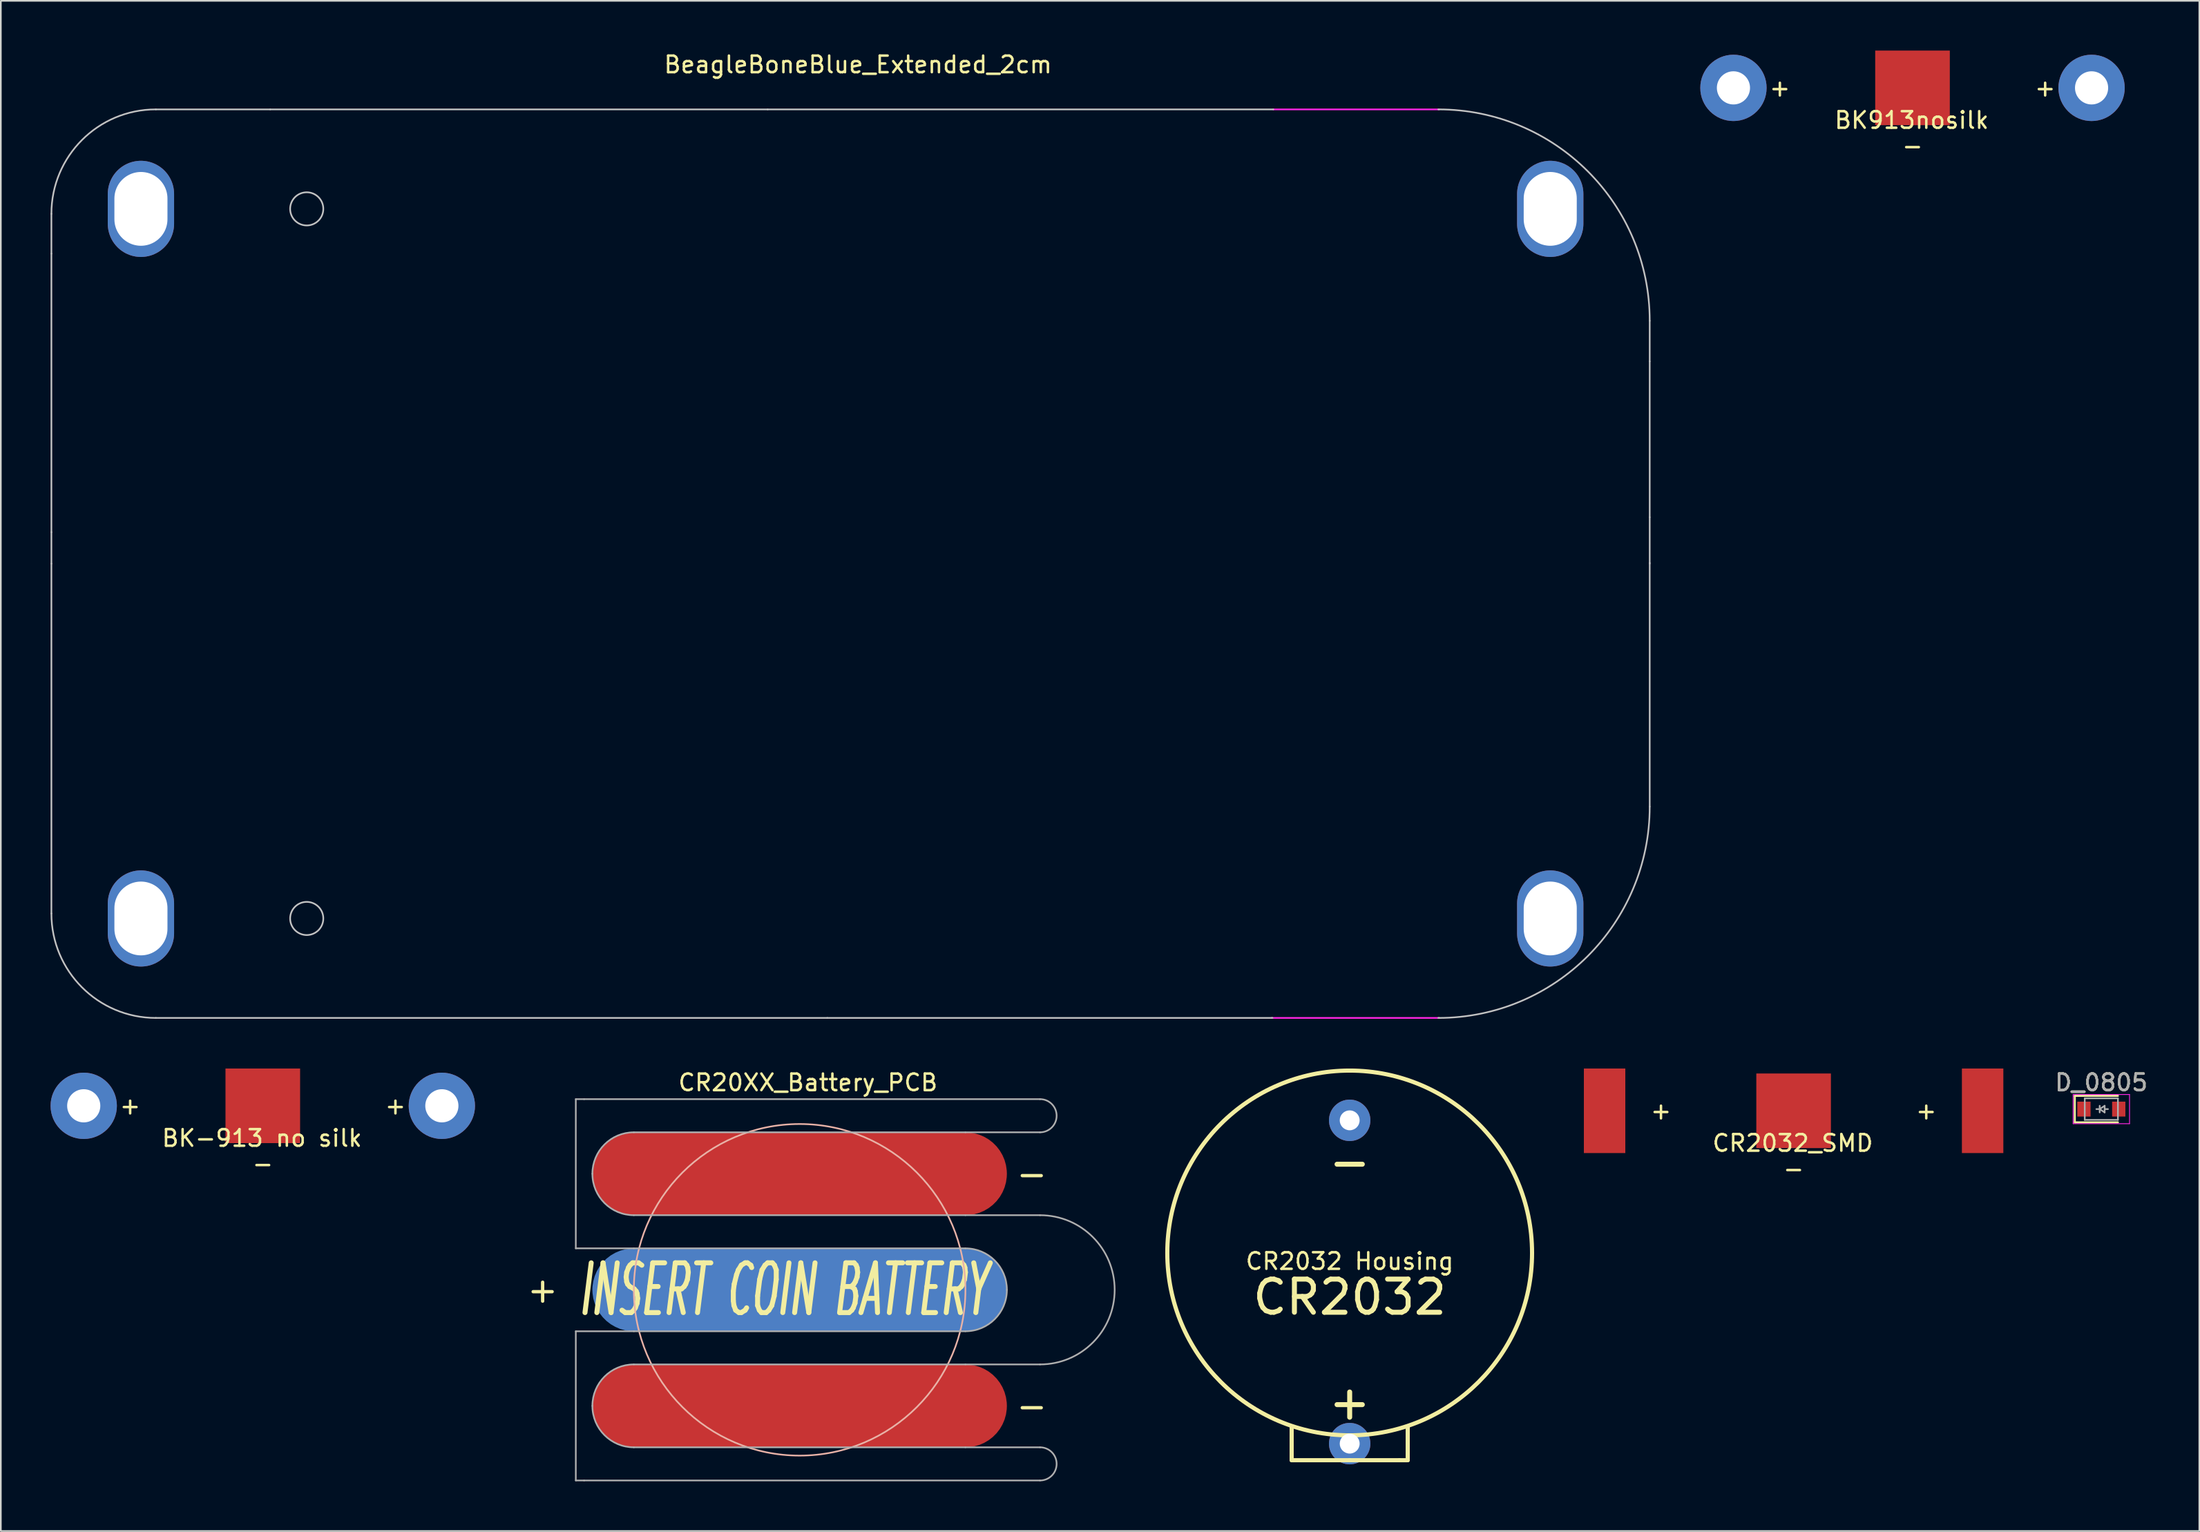
<source format=kicad_pcb>
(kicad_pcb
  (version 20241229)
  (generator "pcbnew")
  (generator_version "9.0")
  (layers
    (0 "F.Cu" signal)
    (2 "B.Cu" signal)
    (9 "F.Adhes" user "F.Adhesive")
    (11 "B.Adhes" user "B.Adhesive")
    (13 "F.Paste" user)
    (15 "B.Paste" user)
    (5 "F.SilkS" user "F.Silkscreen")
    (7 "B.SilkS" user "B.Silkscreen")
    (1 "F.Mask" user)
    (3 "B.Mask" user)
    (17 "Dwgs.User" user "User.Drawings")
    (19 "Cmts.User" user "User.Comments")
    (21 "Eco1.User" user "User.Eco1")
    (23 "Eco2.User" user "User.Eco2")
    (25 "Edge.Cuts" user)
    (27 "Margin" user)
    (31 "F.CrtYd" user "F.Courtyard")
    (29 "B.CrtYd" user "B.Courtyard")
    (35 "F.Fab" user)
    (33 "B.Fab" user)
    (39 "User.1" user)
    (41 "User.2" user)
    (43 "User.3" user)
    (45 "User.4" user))
  (footprint "CR2032_SMD"
    (layer "F.Cu")
    (at 105.129 63.948)
    (property "Reference" "CR2032_SMD" (at -0.05 1.95 0) (layer "F.SilkS") (effects (font (size 1 1) (thickness 0.15))))
    (attr through_hole)
    (fp_text user "-" (at 0 3.5 0) (layer "F.SilkS") (effects (font (size 1 1) (thickness 0.15))))
    (fp_text user "+" (at -8 0 0) (layer "F.SilkS") (effects (font (size 1 1) (thickness 0.15))))
    (fp_text user "+" (at 8 0 0) (layer "F.SilkS") (effects (font (size 1 1) (thickness 0.15))))
    (pad "1" smd rect (at 0 0) (size 4.5 4.5) (layers "F.Cu" "F.Mask" "F.Paste"))
    (pad "2" smd rect (at -11.4 0) (size 2.5 5.1) (layers "F.Cu" "F.Mask" "F.Paste"))
    (pad "2" smd rect (at 11.4 0) (size 2.5 5.1) (layers "F.Cu" "F.Mask" "F.Paste")))
  (footprint "D_0805"
    (layer "F.Cu")
    (at 123.689 63.846)
    (property "Reference" "D_0805" (at 0 -1.6 0) (layer "F.SilkS") (effects (font (size 1 1) (thickness 0.15))))
    (attr smd)
    (fp_line (start -1.6 -0.8) (end -1.6 0.8) (stroke (width 0.12) (type solid)) (layer "F.SilkS"))
    (fp_line (start -1.6 -0.8) (end 1 -0.8) (stroke (width 0.12) (type solid)) (layer "F.SilkS"))
    (fp_line (start -1.6 0.8) (end 1 0.8) (stroke (width 0.12) (type solid)) (layer "F.SilkS"))
    (fp_line (start -1.7 -0.88) (end 1.7 -0.88) (stroke (width 0.05) (type solid)) (layer "F.CrtYd"))
    (fp_line (start -1.7 0.88) (end -1.7 -0.88) (stroke (width 0.05) (type solid)) (layer "F.CrtYd"))
    (fp_line (start 1.7 -0.88) (end 1.7 0.88) (stroke (width 0.05) (type solid)) (layer "F.CrtYd"))
    (fp_line (start 1.7 0.88) (end -1.7 0.88) (stroke (width 0.05) (type solid)) (layer "F.CrtYd"))
    (fp_line (start -1 -0.65) (end 1 -0.65) (stroke (width 0.1) (type solid)) (layer "F.Fab"))
    (fp_line (start -1 0.65) (end -1 -0.65) (stroke (width 0.1) (type solid)) (layer "F.Fab"))
    (fp_line (start -0.1 -0.2) (end -0.1 0.2) (stroke (width 0.1) (type solid)) (layer "F.Fab"))
    (fp_line (start -0.1 0) (end -0.3 0) (stroke (width 0.1) (type solid)) (layer "F.Fab"))
    (fp_line (start -0.1 0) (end 0.2 0.2) (stroke (width 0.1) (type solid)) (layer "F.Fab"))
    (fp_line (start 0.2 -0.2) (end -0.1 0) (stroke (width 0.1) (type solid)) (layer "F.Fab"))
    (fp_line (start 0.2 0) (end 0.4 0) (stroke (width 0.1) (type solid)) (layer "F.Fab"))
    (fp_line (start 0.2 0.2) (end 0.2 -0.2) (stroke (width 0.1) (type solid)) (layer "F.Fab"))
    (fp_line (start 1 -0.65) (end 1 0.65) (stroke (width 0.1) (type solid)) (layer "F.Fab"))
    (fp_line (start 1 0.65) (end -1 0.65) (stroke (width 0.1) (type solid)) (layer "F.Fab"))
    (fp_text user "${REFERENCE}" (at 0 -1.6 0) (layer "F.Fab") (effects (font (size 1 1) (thickness 0.15))))
    (pad "1" smd rect (at -1.05 0) (size 0.8 0.9) (layers "F.Cu" "F.Mask" "F.Paste"))
    (pad "2" smd rect (at 1.05 0) (size 0.8 0.9) (layers "F.Cu" "F.Mask" "F.Paste")))
  (footprint "BK-913 no silk"
    (layer "F.Cu")
    (at 12.8 63.648)
    (property "Reference" "BK-913 no silk" (at -0.05 1.95 0) (layer "F.SilkS") (effects (font (size 1 1) (thickness 0.15))))
    (attr through_hole)
    (fp_text user "+" (at -8 0 0) (layer "F.SilkS") (effects (font (size 1 1) (thickness 0.15))))
    (fp_text user "-" (at 0 3.5 0) (layer "F.SilkS") (effects (font (size 1 1) (thickness 0.15))))
    (fp_text user "+" (at 8 0 0) (layer "F.SilkS") (effects (font (size 1 1) (thickness 0.15))))
    (pad "1" smd rect (at 0 0) (size 4.5 4.5) (layers "F.Cu" "F.Mask" "F.Paste"))
    (pad "2" thru_hole circle (at -10.8 0) (size 4 4) (drill 2) (layers "*.Cu" "*.Mask"))
    (pad "2" thru_hole circle (at 10.8 0) (size 4 4) (drill 2) (layers "*.Cu" "*.Mask")))
  (footprint "BeagleBoneBlue_Extended_2cm"
    (layer "F.Cu")
    (at 43.25 30.948)
    (property "Reference" "BeagleBoneBlue_Extended_2cm" (at 5.45 -30.1 0) (layer "F.SilkS") (effects (font (size 1 1) (thickness 0.15))))
    (attr through_hole)
    (fp_line (start -43.2 -18.7) (end -43.2 -21.1) (stroke (width 0.1) (type solid)) (layer "Dwgs.User"))
    (fp_line (start -43.2 -1.9) (end -43.2 -18.7) (stroke (width 0.1) (type solid)) (layer "Dwgs.User"))
    (fp_line (start -43.2 0) (end -43.2 -1.9) (stroke (width 0.1) (type solid)) (layer "Dwgs.User"))
    (fp_line (start -43.2 21.1) (end -43.2 0) (stroke (width 0.1) (type solid)) (layer "Dwgs.User"))
    (fp_line (start -36.9 -27.4) (end -30 -27.4) (stroke (width 0.1) (type solid)) (layer "Dwgs.User"))
    (fp_line (start -36.9 27.4) (end 3.6 27.4) (stroke (width 0.1) (type solid)) (layer "Dwgs.User"))
    (fp_line (start 0 -27.4) (end -30 -27.4) (stroke (width 0.1) (type solid)) (layer "Dwgs.User"))
    (fp_line (start 0 -27.4) (end 30.5 -27.4) (stroke (width 0.1) (type solid)) (layer "Dwgs.User"))
    (fp_line (start 30.45 27.4) (end 3.6 27.4) (stroke (width 0.1) (type solid)) (layer "Dwgs.User"))
    (fp_line (start 53.2 -12.2) (end 53.2 -14.65) (stroke (width 0.1) (type solid)) (layer "Dwgs.User"))
    (fp_line (start 53.2 -12.2) (end 53.2 -2.8) (stroke (width 0.1) (type solid)) (layer "Dwgs.User"))
    (fp_line (start 53.2 0) (end 53.2 -2.8) (stroke (width 0.1) (type solid)) (layer "Dwgs.User"))
    (fp_line (start 53.2 14.65) (end 53.2 -0.05) (stroke (width 0.1) (type solid)) (layer "Dwgs.User"))
    (fp_arc (start -43.2 -21.1) (mid -41.354773 -25.554773) (end -36.9 -27.4) (stroke (width 0.1) (type solid)) (layer "Dwgs.User"))
    (fp_arc (start -36.9 27.4) (mid -41.354773 25.554773) (end -43.2 21.1) (stroke (width 0.1) (type solid)) (layer "Dwgs.User"))
    (fp_arc (start 40.45 -27.4) (mid 49.465611 -23.665611) (end 53.2 -14.65) (stroke (width 0.1) (type solid)) (layer "Dwgs.User"))
    (fp_arc (start 53.2 14.65) (mid 49.465611 23.665611) (end 40.45 27.4) (stroke (width 0.1) (type solid)) (layer "Dwgs.User"))
    (fp_circle (center -27.8 -21.4) (end -26.8 -21.4) (stroke (width 0.1) (type solid)) (fill no) (layer "Dwgs.User"))
    (fp_circle (center -27.8 21.4) (end -26.8 21.4) (stroke (width 0.1) (type solid)) (fill no) (layer "Dwgs.User"))
    (fp_line (start 30.5 -27.4) (end 40.5 -27.4) (stroke (width 0.1) (type solid)) (layer "F.CrtYd"))
    (fp_line (start 40.5 27.4) (end 30.4 27.4) (stroke (width 0.1) (type solid)) (layer "F.CrtYd"))
    (pad "" np_thru_hole oval (at -37.8 -21.4) (size 4 5.8) (drill oval 3.2 4.45) (layers "*.Cu" "*.Mask"))
    (pad "" np_thru_hole oval (at -37.8 21.4) (size 4 5.8) (drill oval 3.2 4.45) (layers "*.Cu" "*.Mask"))
    (pad "" np_thru_hole oval (at 47.2 -21.4) (size 4 5.8) (drill oval 3.2 4.45) (layers "*.Cu" "*.Mask"))
    (pad "" np_thru_hole oval (at 47.2 21.4) (size 4 5.8) (drill oval 3.2 4.45) (layers "*.Cu" "*.Mask")))
  (footprint "CR20XX_Battery_PCB"
    (layer "F.Cu")
    (at 45.179 74.746)
    (property "Reference" "CR20XX_Battery_PCB" (at 0.5 -12.5 180) (layer "F.SilkS") (effects (font (size 1 1) (thickness 0.15))))
    (attr through_hole)
    (fp_circle (center 0 0) (end 10 0) (stroke (width 0.1) (type solid)) (fill no) (layer "B.SilkS"))
    (fp_line (start -13.5 -11.5) (end -13 -11.5) (stroke (width 0.1) (type solid)) (layer "F.Fab"))
    (fp_line (start -13.5 -2.5) (end -13.5 -11.5) (stroke (width 0.1) (type solid)) (layer "F.Fab"))
    (fp_line (start -13.5 2.5) (end -13.5 11.5) (stroke (width 0.1) (type solid)) (layer "F.Fab"))
    (fp_line (start -13.5 11.5) (end -13 11.5) (stroke (width 0.1) (type solid)) (layer "F.Fab"))
    (fp_line (start -10 -9.5) (end 10 -9.5) (stroke (width 0.1) (type solid)) (layer "F.Fab"))
    (fp_line (start -10 -4.5) (end 10 -4.5) (stroke (width 0.1) (type solid)) (layer "F.Fab"))
    (fp_line (start -10 -2.5) (end -13.5 -2.5) (stroke (width 0.1) (type solid)) (layer "F.Fab"))
    (fp_line (start -10 2.5) (end -13.5 2.5) (stroke (width 0.1) (type solid)) (layer "F.Fab"))
    (fp_line (start -10 4.5) (end 10 4.5) (stroke (width 0.1) (type solid)) (layer "F.Fab"))
    (fp_line (start -10 9.5) (end 10 9.5) (stroke (width 0.1) (type solid)) (layer "F.Fab"))
    (fp_line (start 10 -4.5) (end 14.5 -4.5) (stroke (width 0.1) (type solid)) (layer "F.Fab"))
    (fp_line (start 10 -2.5) (end -10 -2.5) (stroke (width 0.1) (type solid)) (layer "F.Fab"))
    (fp_line (start 10 2.5) (end -10 2.5) (stroke (width 0.1) (type solid)) (layer "F.Fab"))
    (fp_line (start 10 4.5) (end 14.5 4.5) (stroke (width 0.1) (type solid)) (layer "F.Fab"))
    (fp_line (start 14.5 -11.5) (end -13 -11.5) (stroke (width 0.1) (type solid)) (layer "F.Fab"))
    (fp_line (start 14.5 -9.5) (end 10 -9.5) (stroke (width 0.1) (type solid)) (layer "F.Fab"))
    (fp_line (start 14.5 9.5) (end 10 9.5) (stroke (width 0.1) (type solid)) (layer "F.Fab"))
    (fp_line (start 14.5 11.5) (end -13 11.5) (stroke (width 0.1) (type solid)) (layer "F.Fab"))
    (fp_arc (start -12.5 -7) (mid -11.767767 -8.767767) (end -10 -9.5) (stroke (width 0.1) (type solid)) (layer "F.Fab"))
    (fp_arc (start -12.5 7) (mid -11.767767 5.232233) (end -10 4.5) (stroke (width 0.1) (type solid)) (layer "F.Fab"))
    (fp_arc (start -10 -4.5) (mid -11.767767 -5.232233) (end -12.5 -7) (stroke (width 0.1) (type solid)) (layer "F.Fab"))
    (fp_arc (start -10 9.5) (mid -11.767767 8.767767) (end -12.5 7) (stroke (width 0.1) (type solid)) (layer "F.Fab"))
    (fp_arc (start 10 -2.5) (mid 11.767767 -1.767767) (end 12.5 0) (stroke (width 0.1) (type solid)) (layer "F.Fab"))
    (fp_arc (start 12.5 0) (mid 11.767767 1.767767) (end 10 2.5) (stroke (width 0.1) (type solid)) (layer "F.Fab"))
    (fp_arc (start 14.5 -11.5) (mid 15.5 -10.5) (end 14.5 -9.5) (stroke (width 0.1) (type solid)) (layer "F.Fab"))
    (fp_arc (start 14.5 -4.5) (mid 19 0) (end 14.5 4.5) (stroke (width 0.1) (type solid)) (layer "F.Fab"))
    (fp_arc (start 14.5 9.5) (mid 15.5 10.5) (end 14.5 11.5) (stroke (width 0.1) (type solid)) (layer "F.Fab"))
    (fp_text user "INSERT COIN BATTERY" (at -1 0 0) (layer "F.SilkS") (effects (font (size 3 1.5) (thickness 0.3) (italic yes))))
    (fp_text user "-" (at 14 7 0) (layer "F.SilkS") (effects (font (size 1.5 1.5) (thickness 0.2))))
    (fp_text user "+" (at -15.5 0 0) (layer "F.SilkS") (effects (font (size 1.5 1.5) (thickness 0.2))))
    (fp_text user "-" (at 14 -7 0) (layer "F.SilkS") (effects (font (size 1.5 1.5) (thickness 0.2))))
    (pad "1" smd roundrect (at 0 0) (size 25 5) (layers "B.Cu" "B.Mask") (roundrect_rratio 0.5))
    (pad "2" smd roundrect (at 0 -7) (size 25 5) (layers "F.Cu" "F.Mask") (roundrect_rratio 0.5))
    (pad "2" smd roundrect (at 0 7) (size 25 5) (layers "F.Cu" "F.Mask") (roundrect_rratio 0.5)))
  (footprint "CR2032 Housing"
    (layer "F.Cu")
    (at 78.354 72.523)
    (property "Reference" "CR2032 Housing" (at 0 0.5 0) (layer "F.SilkS") (effects (font (size 1 1) (thickness 0.15))))
    (attr through_hole)
    (fp_line (start -3.5 12.5) (end -3.5 10.5) (stroke (width 0.25) (type solid)) (layer "F.SilkS"))
    (fp_line (start 0 12.5) (end -3.5 12.5) (stroke (width 0.25) (type solid)) (layer "F.SilkS"))
    (fp_line (start 0 12.5) (end 3 12.5) (stroke (width 0.25) (type solid)) (layer "F.SilkS"))
    (fp_line (start 3 12.5) (end 3.5 12.5) (stroke (width 0.25) (type solid)) (layer "F.SilkS"))
    (fp_line (start 3.5 12.5) (end 3.5 10.5) (stroke (width 0.25) (type solid)) (layer "F.SilkS"))
    (fp_circle (center 0 0) (end 11 0) (stroke (width 0.25) (type solid)) (fill no) (layer "F.SilkS"))
    (fp_text user "+" (at 0 9 0) (layer "F.SilkS") (effects (font (size 2 2) (thickness 0.3))))
    (fp_text user "-" (at 0 -5.5 0) (layer "F.SilkS") (effects (font (size 2 2) (thickness 0.3))))
    (fp_text user "CR2032" (at 0 2.667 0) (layer "F.SilkS") (effects (font (size 2 2) (thickness 0.3))))
    (pad "1" thru_hole circle (at 0 -8) (size 2.5 2.5) (drill 1.2) (layers "*.Cu" "*.Mask"))
    (pad "2" thru_hole circle (at 0 11.5) (size 2.5 2.5) (drill 1.2) (layers "*.Cu" "*.Mask")))
  (footprint "BK913nosilk"
    (layer "F.Cu")
    (at 112.3 2.25)
    (property "Reference" "BK913nosilk" (at -0.05 1.95 0) (layer "F.SilkS") (effects (font (size 1 1) (thickness 0.15))))
    (attr through_hole)
    (fp_text user "+" (at 8 0 0) (layer "F.SilkS") (effects (font (size 1 1) (thickness 0.15))))
    (fp_text user "-" (at 0 3.5 0) (layer "F.SilkS") (effects (font (size 1 1) (thickness 0.15))))
    (fp_text user "+" (at -8 0 0) (layer "F.SilkS") (effects (font (size 1 1) (thickness 0.15))))
    (pad "1" smd rect (at 0 0) (size 4.5 4.5) (layers "F.Cu" "F.Mask" "F.Paste"))
    (pad "2" thru_hole circle (at -10.8 0) (size 4 4) (drill 2) (layers "*.Cu" "*.Mask"))
    (pad "2" thru_hole circle (at 10.8 0) (size 4 4) (drill 2) (layers "*.Cu" "*.Mask")))
  (gr_rect
    (start -3 -3)
    (end 129.6 89.296)
    (stroke (width 0.1) (type default))
    (fill no)
    (layer "Edge.Cuts")))
</source>
